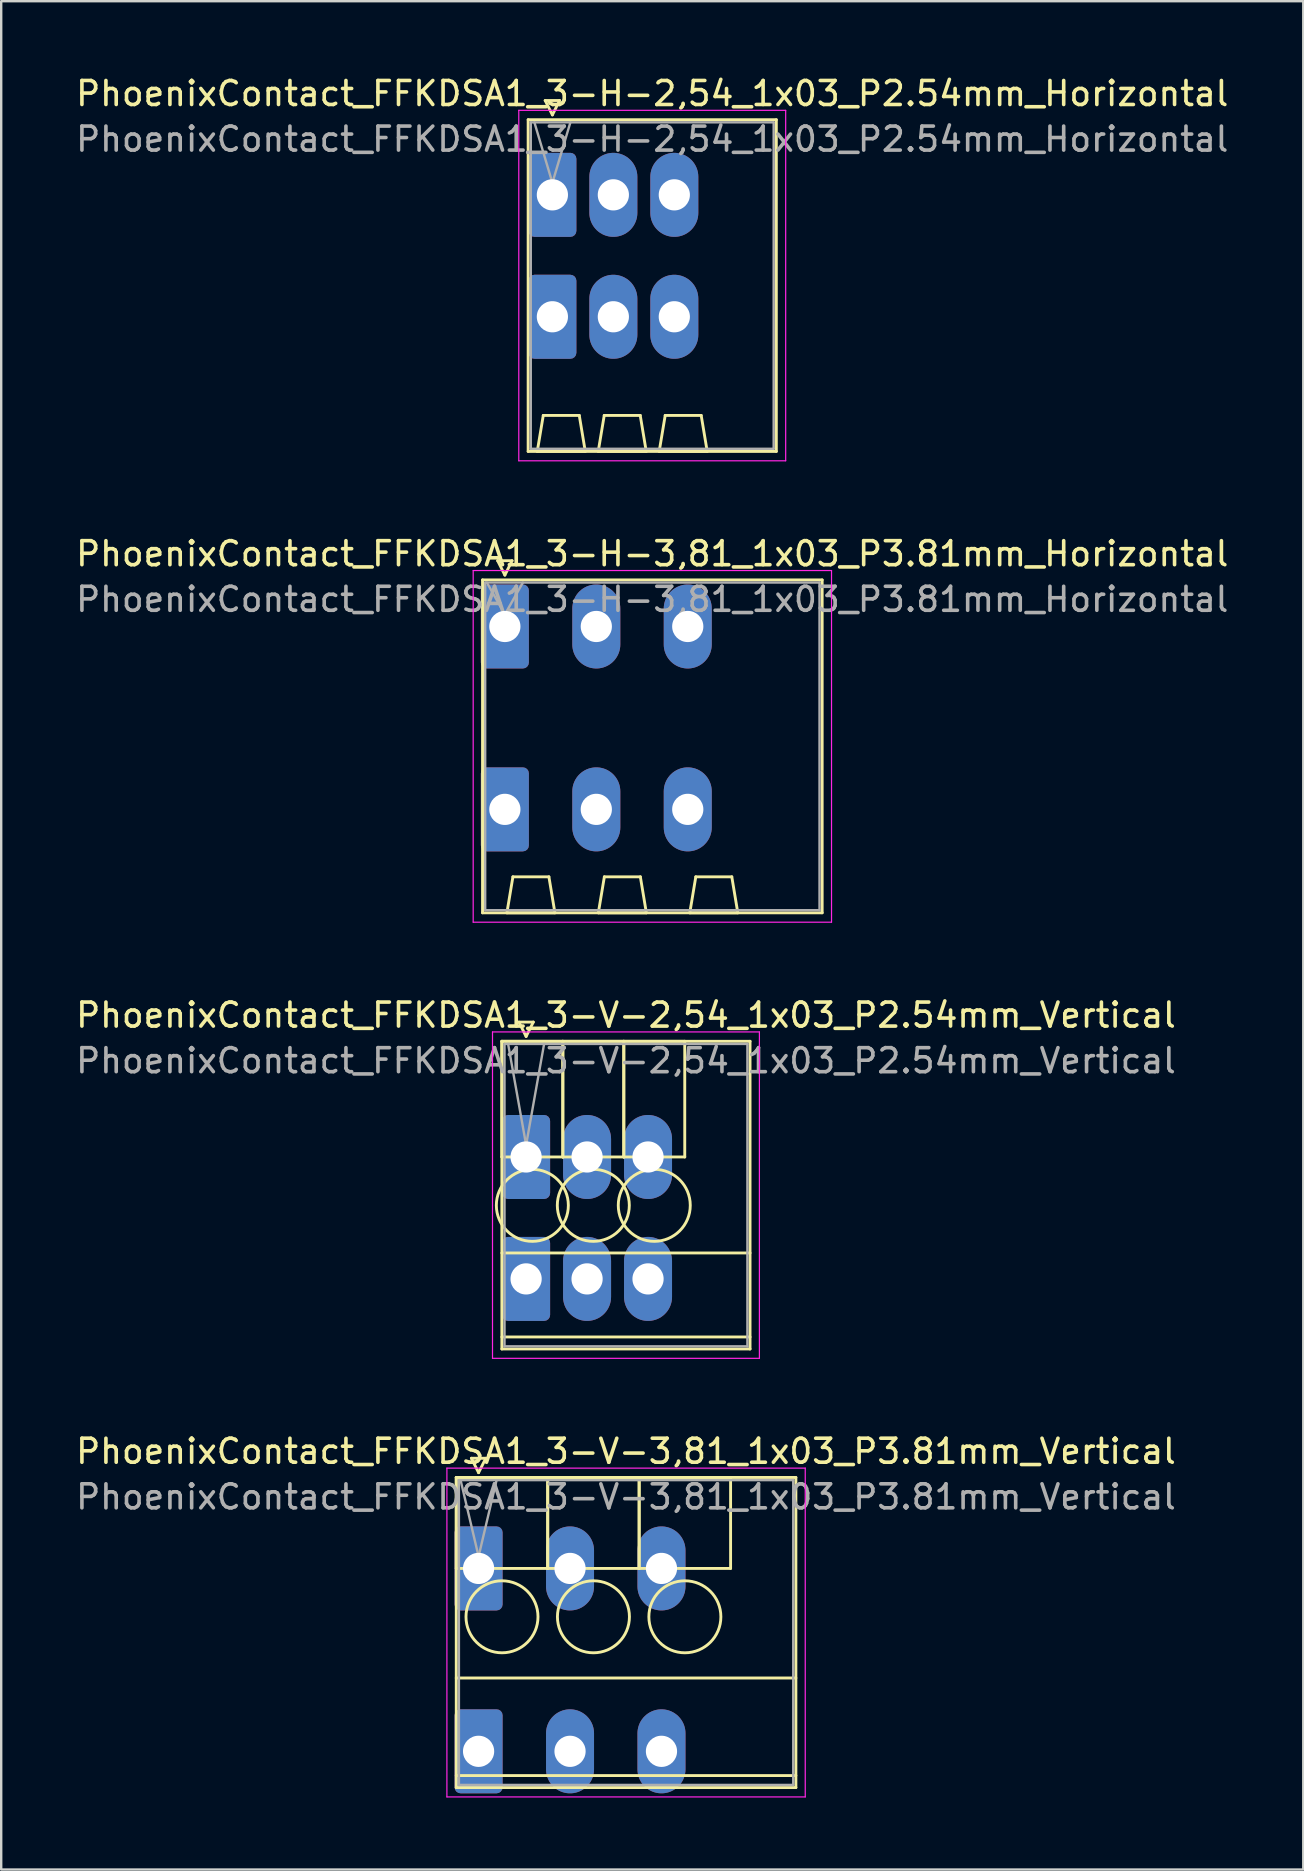
<source format=kicad_pcb>
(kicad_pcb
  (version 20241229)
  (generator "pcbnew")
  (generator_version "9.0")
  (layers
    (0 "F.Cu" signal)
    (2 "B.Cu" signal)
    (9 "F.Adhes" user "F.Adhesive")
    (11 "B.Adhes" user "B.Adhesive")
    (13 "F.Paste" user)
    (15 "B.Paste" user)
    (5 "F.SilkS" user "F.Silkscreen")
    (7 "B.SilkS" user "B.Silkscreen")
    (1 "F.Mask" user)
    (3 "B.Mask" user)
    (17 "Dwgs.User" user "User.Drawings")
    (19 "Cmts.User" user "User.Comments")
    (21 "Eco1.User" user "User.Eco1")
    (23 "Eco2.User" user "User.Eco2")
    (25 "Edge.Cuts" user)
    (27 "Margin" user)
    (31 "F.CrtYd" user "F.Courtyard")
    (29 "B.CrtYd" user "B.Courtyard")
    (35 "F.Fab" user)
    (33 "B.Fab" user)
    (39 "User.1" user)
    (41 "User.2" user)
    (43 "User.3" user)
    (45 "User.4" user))
  (footprint "PhoenixContact_FFKDSA1_3-H-3,81_1x03_P3.81mm_Horizontal"
    (layer "F.Cu")
    (at 17.985 23.052)
    (property "Reference" "PhoenixContact_FFKDSA1_3-H-3,81_1x03_P3.81mm_Horizontal" (at 6.14 -3.03 0) (layer "F.SilkS") (effects (font (size 1 1) (thickness 0.15))))
    (attr through_hole)
    (fp_line (start -0.93 -1.94) (end -0.93 11.93) (stroke (width 0.12) (type solid)) (layer "F.SilkS"))
    (fp_line (start -0.93 11.93) (end 13.22 11.93) (stroke (width 0.12) (type solid)) (layer "F.SilkS"))
    (fp_line (start -0.3 -2.74) (end 0.3 -2.74) (stroke (width 0.12) (type solid)) (layer "F.SilkS"))
    (fp_line (start 0 -2.14) (end -0.3 -2.74) (stroke (width 0.12) (type solid)) (layer "F.SilkS"))
    (fp_line (start 0.085 11.93) (end 2.085 11.93) (stroke (width 0.12) (type solid)) (layer "F.SilkS"))
    (fp_line (start 0.3 -2.74) (end 0 -2.14) (stroke (width 0.12) (type solid)) (layer "F.SilkS"))
    (fp_line (start 0.335 10.43) (end 0.085 11.93) (stroke (width 0.12) (type solid)) (layer "F.SilkS"))
    (fp_line (start 1.835 10.43) (end 0.335 10.43) (stroke (width 0.12) (type solid)) (layer "F.SilkS"))
    (fp_line (start 2.085 11.93) (end 1.835 10.43) (stroke (width 0.12) (type solid)) (layer "F.SilkS"))
    (fp_line (start 3.895 11.93) (end 5.895 11.93) (stroke (width 0.12) (type solid)) (layer "F.SilkS"))
    (fp_line (start 4.145 10.43) (end 3.895 11.93) (stroke (width 0.12) (type solid)) (layer "F.SilkS"))
    (fp_line (start 5.645 10.43) (end 4.145 10.43) (stroke (width 0.12) (type solid)) (layer "F.SilkS"))
    (fp_line (start 5.895 11.93) (end 5.645 10.43) (stroke (width 0.12) (type solid)) (layer "F.SilkS"))
    (fp_line (start 7.705 11.93) (end 9.705 11.93) (stroke (width 0.12) (type solid)) (layer "F.SilkS"))
    (fp_line (start 7.955 10.43) (end 7.705 11.93) (stroke (width 0.12) (type solid)) (layer "F.SilkS"))
    (fp_line (start 9.455 10.43) (end 7.955 10.43) (stroke (width 0.12) (type solid)) (layer "F.SilkS"))
    (fp_line (start 9.705 11.93) (end 9.455 10.43) (stroke (width 0.12) (type solid)) (layer "F.SilkS"))
    (fp_line (start 13.22 -1.94) (end -0.93 -1.94) (stroke (width 0.12) (type solid)) (layer "F.SilkS"))
    (fp_line (start 13.22 11.93) (end 13.22 -1.94) (stroke (width 0.12) (type solid)) (layer "F.SilkS"))
    (fp_line (start -1.32 -2.33) (end -1.32 12.32) (stroke (width 0.05) (type solid)) (layer "F.CrtYd"))
    (fp_line (start -1.32 12.32) (end 13.61 12.32) (stroke (width 0.05) (type solid)) (layer "F.CrtYd"))
    (fp_line (start 13.61 -2.33) (end -1.32 -2.33) (stroke (width 0.05) (type solid)) (layer "F.CrtYd"))
    (fp_line (start 13.61 12.32) (end 13.61 -2.33) (stroke (width 0.05) (type solid)) (layer "F.CrtYd"))
    (fp_line (start -0.82 -1.83) (end -0.82 11.82) (stroke (width 0.1) (type solid)) (layer "F.Fab"))
    (fp_line (start -0.82 11.82) (end 13.11 11.82) (stroke (width 0.1) (type solid)) (layer "F.Fab"))
    (fp_line (start 0 -0.5) (end -0.75 -1.83) (stroke (width 0.1) (type solid)) (layer "F.Fab"))
    (fp_line (start 0.75 -1.83) (end 0 -0.5) (stroke (width 0.1) (type solid)) (layer "F.Fab"))
    (fp_line (start 13.11 -1.83) (end -0.82 -1.83) (stroke (width 0.1) (type solid)) (layer "F.Fab"))
    (fp_line (start 13.11 11.82) (end 13.11 -1.83) (stroke (width 0.1) (type solid)) (layer "F.Fab"))
    (fp_text user "${REFERENCE}" (at 6.14 -1.13 0) (layer "F.Fab") (effects (font (size 1 1) (thickness 0.15))))
    (pad "1" thru_hole roundrect (at 0 0) (size 2 3.5) (drill 1.3) (layers "*.Cu" "*.Mask") (roundrect_rratio 0.125))
    (pad "1" thru_hole roundrect (at 0 7.62) (size 2 3.5) (drill 1.3) (layers "*.Cu" "*.Mask") (roundrect_rratio 0.125))
    (pad "2" thru_hole oval (at 3.81 0) (size 2 3.5) (drill 1.3) (layers "*.Cu" "*.Mask"))
    (pad "2" thru_hole oval (at 3.81 7.62) (size 2 3.5) (drill 1.3) (layers "*.Cu" "*.Mask"))
    (pad "3" thru_hole oval (at 7.62 0) (size 2 3.5) (drill 1.3) (layers "*.Cu" "*.Mask"))
    (pad "3" thru_hole oval (at 7.62 7.62) (size 2 3.5) (drill 1.3) (layers "*.Cu" "*.Mask")))
  (footprint "PhoenixContact_FFKDSA1_3-V-2,54_1x03_P2.54mm_Vertical"
    (layer "F.Cu")
    (at 18.87 45.155)
    (property "Reference" "PhoenixContact_FFKDSA1_3-V-2,54_1x03_P2.54mm_Vertical" (at 4.16 -5.91 0) (layer "F.SilkS") (effects (font (size 1 1) (thickness 0.15))))
    (attr through_hole)
    (fp_line (start -1.01 -4.82) (end -1.01 0) (stroke (width 0.12) (type solid)) (layer "F.SilkS"))
    (fp_line (start -1.01 -4.82) (end -1.01 8) (stroke (width 0.12) (type solid)) (layer "F.SilkS"))
    (fp_line (start -1.01 0) (end 1.53 0) (stroke (width 0.12) (type solid)) (layer "F.SilkS"))
    (fp_line (start -1.01 4) (end 9.33 4) (stroke (width 0.12) (type solid)) (layer "F.SilkS"))
    (fp_line (start -1.01 7.5) (end 9.33 7.5) (stroke (width 0.12) (type solid)) (layer "F.SilkS"))
    (fp_line (start -1.01 8) (end 9.33 8) (stroke (width 0.12) (type solid)) (layer "F.SilkS"))
    (fp_line (start -0.3 -5.62) (end 0.3 -5.62) (stroke (width 0.12) (type solid)) (layer "F.SilkS"))
    (fp_line (start 0 -5.02) (end -0.3 -5.62) (stroke (width 0.12) (type solid)) (layer "F.SilkS"))
    (fp_line (start 0.3 -5.62) (end 0 -5.02) (stroke (width 0.12) (type solid)) (layer "F.SilkS"))
    (fp_line (start 1.53 -4.82) (end -1.01 -4.82) (stroke (width 0.12) (type solid)) (layer "F.SilkS"))
    (fp_line (start 1.53 -4.82) (end 1.53 0) (stroke (width 0.12) (type solid)) (layer "F.SilkS"))
    (fp_line (start 1.53 0) (end 1.53 -4.82) (stroke (width 0.12) (type solid)) (layer "F.SilkS"))
    (fp_line (start 1.53 0) (end 4.07 0) (stroke (width 0.12) (type solid)) (layer "F.SilkS"))
    (fp_line (start 4.07 -4.82) (end 1.53 -4.82) (stroke (width 0.12) (type solid)) (layer "F.SilkS"))
    (fp_line (start 4.07 -4.82) (end 4.07 0) (stroke (width 0.12) (type solid)) (layer "F.SilkS"))
    (fp_line (start 4.07 0) (end 4.07 -4.82) (stroke (width 0.12) (type solid)) (layer "F.SilkS"))
    (fp_line (start 4.07 0) (end 6.61 0) (stroke (width 0.12) (type solid)) (layer "F.SilkS"))
    (fp_line (start 6.61 -4.82) (end 4.07 -4.82) (stroke (width 0.12) (type solid)) (layer "F.SilkS"))
    (fp_line (start 6.61 0) (end 6.61 -4.82) (stroke (width 0.12) (type solid)) (layer "F.SilkS"))
    (fp_line (start 9.33 -4.82) (end -1.01 -4.82) (stroke (width 0.12) (type solid)) (layer "F.SilkS"))
    (fp_line (start 9.33 8) (end 9.33 -4.82) (stroke (width 0.12) (type solid)) (layer "F.SilkS"))
    (fp_circle (center 0.26 2.015) (end 1.76 2.015) (stroke (width 0.12) (type solid)) (fill no) (layer "F.SilkS"))
    (fp_circle (center 2.8 2.015) (end 4.3 2.015) (stroke (width 0.12) (type solid)) (fill no) (layer "F.SilkS"))
    (fp_circle (center 5.34 2.015) (end 6.84 2.015) (stroke (width 0.12) (type solid)) (fill no) (layer "F.SilkS"))
    (fp_line (start -1.4 -5.21) (end -1.4 8.39) (stroke (width 0.05) (type solid)) (layer "F.CrtYd"))
    (fp_line (start -1.4 8.39) (end 9.72 8.39) (stroke (width 0.05) (type solid)) (layer "F.CrtYd"))
    (fp_line (start 9.72 -5.21) (end -1.4 -5.21) (stroke (width 0.05) (type solid)) (layer "F.CrtYd"))
    (fp_line (start 9.72 8.39) (end 9.72 -5.21) (stroke (width 0.05) (type solid)) (layer "F.CrtYd"))
    (fp_line (start -0.9 -4.71) (end -0.9 7.89) (stroke (width 0.1) (type solid)) (layer "F.Fab"))
    (fp_line (start -0.9 7.89) (end 9.22 7.89) (stroke (width 0.1) (type solid)) (layer "F.Fab"))
    (fp_line (start 0 -0.5) (end -0.75 -4.71) (stroke (width 0.1) (type solid)) (layer "F.Fab"))
    (fp_line (start 0.75 -4.71) (end 0 -0.5) (stroke (width 0.1) (type solid)) (layer "F.Fab"))
    (fp_line (start 9.22 -4.71) (end -0.9 -4.71) (stroke (width 0.1) (type solid)) (layer "F.Fab"))
    (fp_line (start 9.22 7.89) (end 9.22 -4.71) (stroke (width 0.1) (type solid)) (layer "F.Fab"))
    (fp_text user "${REFERENCE}" (at 4.16 -4.01 0) (layer "F.Fab") (effects (font (size 1 1) (thickness 0.15))))
    (pad "1" thru_hole roundrect (at 0 0) (size 2 3.5) (drill 1.3) (layers "*.Cu" "*.Mask") (roundrect_rratio 0.125))
    (pad "1" thru_hole roundrect (at 0 5.08) (size 2 3.5) (drill 1.3) (layers "*.Cu" "*.Mask") (roundrect_rratio 0.125))
    (pad "2" thru_hole oval (at 2.54 0) (size 2 3.5) (drill 1.3) (layers "*.Cu" "*.Mask"))
    (pad "2" thru_hole oval (at 2.54 5.08) (size 2 3.5) (drill 1.3) (layers "*.Cu" "*.Mask"))
    (pad "3" thru_hole oval (at 5.08 0) (size 2 3.5) (drill 1.3) (layers "*.Cu" "*.Mask"))
    (pad "3" thru_hole oval (at 5.08 5.08) (size 2 3.5) (drill 1.3) (layers "*.Cu" "*.Mask")))
  (footprint "PhoenixContact_FFKDSA1_3-V-3,81_1x03_P3.81mm_Vertical"
    (layer "F.Cu")
    (at 16.89 62.298)
    (property "Reference" "PhoenixContact_FFKDSA1_3-V-3,81_1x03_P3.81mm_Vertical" (at 6.14 -4.88 0) (layer "F.SilkS") (effects (font (size 1 1) (thickness 0.15))))
    (attr through_hole)
    (fp_line (start -0.93 -3.79) (end -0.93 0) (stroke (width 0.12) (type solid)) (layer "F.SilkS"))
    (fp_line (start -0.93 -3.79) (end -0.93 9.13) (stroke (width 0.12) (type solid)) (layer "F.SilkS"))
    (fp_line (start -0.93 0) (end 2.88 0) (stroke (width 0.12) (type solid)) (layer "F.SilkS"))
    (fp_line (start -0.93 4.565) (end 13.22 4.565) (stroke (width 0.12) (type solid)) (layer "F.SilkS"))
    (fp_line (start -0.93 8.63) (end 13.22 8.63) (stroke (width 0.12) (type solid)) (layer "F.SilkS"))
    (fp_line (start -0.93 9.13) (end 13.22 9.13) (stroke (width 0.12) (type solid)) (layer "F.SilkS"))
    (fp_line (start -0.3 -4.59) (end 0.3 -4.59) (stroke (width 0.12) (type solid)) (layer "F.SilkS"))
    (fp_line (start 0 -3.99) (end -0.3 -4.59) (stroke (width 0.12) (type solid)) (layer "F.SilkS"))
    (fp_line (start 0.3 -4.59) (end 0 -3.99) (stroke (width 0.12) (type solid)) (layer "F.SilkS"))
    (fp_line (start 2.88 -3.79) (end -0.93 -3.79) (stroke (width 0.12) (type solid)) (layer "F.SilkS"))
    (fp_line (start 2.88 -3.79) (end 2.88 0) (stroke (width 0.12) (type solid)) (layer "F.SilkS"))
    (fp_line (start 2.88 0) (end 2.88 -3.79) (stroke (width 0.12) (type solid)) (layer "F.SilkS"))
    (fp_line (start 2.88 0) (end 6.69 0) (stroke (width 0.12) (type solid)) (layer "F.SilkS"))
    (fp_line (start 6.69 -3.79) (end 2.88 -3.79) (stroke (width 0.12) (type solid)) (layer "F.SilkS"))
    (fp_line (start 6.69 -3.79) (end 6.69 0) (stroke (width 0.12) (type solid)) (layer "F.SilkS"))
    (fp_line (start 6.69 0) (end 6.69 -3.79) (stroke (width 0.12) (type solid)) (layer "F.SilkS"))
    (fp_line (start 6.69 0) (end 10.5 0) (stroke (width 0.12) (type solid)) (layer "F.SilkS"))
    (fp_line (start 10.5 -3.79) (end 6.69 -3.79) (stroke (width 0.12) (type solid)) (layer "F.SilkS"))
    (fp_line (start 10.5 0) (end 10.5 -3.79) (stroke (width 0.12) (type solid)) (layer "F.SilkS"))
    (fp_line (start 13.22 -3.79) (end -0.93 -3.79) (stroke (width 0.12) (type solid)) (layer "F.SilkS"))
    (fp_line (start 13.22 9.13) (end 13.22 -3.79) (stroke (width 0.12) (type solid)) (layer "F.SilkS"))
    (fp_circle (center 0.975 2.015) (end 2.475 2.015) (stroke (width 0.12) (type solid)) (fill no) (layer "F.SilkS"))
    (fp_circle (center 4.785 2.015) (end 6.285 2.015) (stroke (width 0.12) (type solid)) (fill no) (layer "F.SilkS"))
    (fp_circle (center 8.595 2.015) (end 10.095 2.015) (stroke (width 0.12) (type solid)) (fill no) (layer "F.SilkS"))
    (fp_line (start -1.32 -4.18) (end -1.32 9.52) (stroke (width 0.05) (type solid)) (layer "F.CrtYd"))
    (fp_line (start -1.32 9.52) (end 13.61 9.52) (stroke (width 0.05) (type solid)) (layer "F.CrtYd"))
    (fp_line (start 13.61 -4.18) (end -1.32 -4.18) (stroke (width 0.05) (type solid)) (layer "F.CrtYd"))
    (fp_line (start 13.61 9.52) (end 13.61 -4.18) (stroke (width 0.05) (type solid)) (layer "F.CrtYd"))
    (fp_line (start -0.82 -3.68) (end -0.82 9.02) (stroke (width 0.1) (type solid)) (layer "F.Fab"))
    (fp_line (start -0.82 9.02) (end 13.11 9.02) (stroke (width 0.1) (type solid)) (layer "F.Fab"))
    (fp_line (start 0 -0.5) (end -0.75 -3.68) (stroke (width 0.1) (type solid)) (layer "F.Fab"))
    (fp_line (start 0.75 -3.68) (end 0 -0.5) (stroke (width 0.1) (type solid)) (layer "F.Fab"))
    (fp_line (start 13.11 -3.68) (end -0.82 -3.68) (stroke (width 0.1) (type solid)) (layer "F.Fab"))
    (fp_line (start 13.11 9.02) (end 13.11 -3.68) (stroke (width 0.1) (type solid)) (layer "F.Fab"))
    (fp_text user "${REFERENCE}" (at 6.14 -2.98 0) (layer "F.Fab") (effects (font (size 1 1) (thickness 0.15))))
    (pad "1" thru_hole roundrect (at 0 0) (size 2 3.5) (drill 1.3) (layers "*.Cu" "*.Mask") (roundrect_rratio 0.125))
    (pad "1" thru_hole roundrect (at 0 7.62) (size 2 3.5) (drill 1.3) (layers "*.Cu" "*.Mask") (roundrect_rratio 0.125))
    (pad "2" thru_hole oval (at 3.81 0) (size 2 3.5) (drill 1.3) (layers "*.Cu" "*.Mask"))
    (pad "2" thru_hole oval (at 3.81 7.62) (size 2 3.5) (drill 1.3) (layers "*.Cu" "*.Mask"))
    (pad "3" thru_hole oval (at 7.62 0) (size 2 3.5) (drill 1.3) (layers "*.Cu" "*.Mask"))
    (pad "3" thru_hole oval (at 7.62 7.62) (size 2 3.5) (drill 1.3) (layers "*.Cu" "*.Mask")))
  (footprint "PhoenixContact_FFKDSA1_3-H-2,54_1x03_P2.54mm_Horizontal"
    (layer "F.Cu")
    (at 19.965 5.068)
    (property "Reference" "PhoenixContact_FFKDSA1_3-H-2,54_1x03_P2.54mm_Horizontal" (at 4.16 -4.22 0) (layer "F.SilkS") (effects (font (size 1 1) (thickness 0.15))))
    (attr through_hole)
    (fp_line (start -1.01 -3.13) (end -1.01 10.69) (stroke (width 0.12) (type solid)) (layer "F.SilkS"))
    (fp_line (start -1.01 10.69) (end 9.33 10.69) (stroke (width 0.12) (type solid)) (layer "F.SilkS"))
    (fp_line (start -0.63 10.69) (end 1.37 10.69) (stroke (width 0.12) (type solid)) (layer "F.SilkS"))
    (fp_line (start -0.38 9.19) (end -0.63 10.69) (stroke (width 0.12) (type solid)) (layer "F.SilkS"))
    (fp_line (start -0.3 -3.93) (end 0.3 -3.93) (stroke (width 0.12) (type solid)) (layer "F.SilkS"))
    (fp_line (start 0 -3.33) (end -0.3 -3.93) (stroke (width 0.12) (type solid)) (layer "F.SilkS"))
    (fp_line (start 0.3 -3.93) (end 0 -3.33) (stroke (width 0.12) (type solid)) (layer "F.SilkS"))
    (fp_line (start 1.12 9.19) (end -0.38 9.19) (stroke (width 0.12) (type solid)) (layer "F.SilkS"))
    (fp_line (start 1.37 10.69) (end 1.12 9.19) (stroke (width 0.12) (type solid)) (layer "F.SilkS"))
    (fp_line (start 1.91 10.69) (end 3.91 10.69) (stroke (width 0.12) (type solid)) (layer "F.SilkS"))
    (fp_line (start 2.16 9.19) (end 1.91 10.69) (stroke (width 0.12) (type solid)) (layer "F.SilkS"))
    (fp_line (start 3.66 9.19) (end 2.16 9.19) (stroke (width 0.12) (type solid)) (layer "F.SilkS"))
    (fp_line (start 3.91 10.69) (end 3.66 9.19) (stroke (width 0.12) (type solid)) (layer "F.SilkS"))
    (fp_line (start 4.45 10.69) (end 6.45 10.69) (stroke (width 0.12) (type solid)) (layer "F.SilkS"))
    (fp_line (start 4.7 9.19) (end 4.45 10.69) (stroke (width 0.12) (type solid)) (layer "F.SilkS"))
    (fp_line (start 6.2 9.19) (end 4.7 9.19) (stroke (width 0.12) (type solid)) (layer "F.SilkS"))
    (fp_line (start 6.45 10.69) (end 6.2 9.19) (stroke (width 0.12) (type solid)) (layer "F.SilkS"))
    (fp_line (start 9.33 -3.13) (end -1.01 -3.13) (stroke (width 0.12) (type solid)) (layer "F.SilkS"))
    (fp_line (start 9.33 10.69) (end 9.33 -3.13) (stroke (width 0.12) (type solid)) (layer "F.SilkS"))
    (fp_line (start -1.4 -3.52) (end -1.4 11.08) (stroke (width 0.05) (type solid)) (layer "F.CrtYd"))
    (fp_line (start -1.4 11.08) (end 9.72 11.08) (stroke (width 0.05) (type solid)) (layer "F.CrtYd"))
    (fp_line (start 9.72 -3.52) (end -1.4 -3.52) (stroke (width 0.05) (type solid)) (layer "F.CrtYd"))
    (fp_line (start 9.72 11.08) (end 9.72 -3.52) (stroke (width 0.05) (type solid)) (layer "F.CrtYd"))
    (fp_line (start -0.9 -3.02) (end -0.9 10.58) (stroke (width 0.1) (type solid)) (layer "F.Fab"))
    (fp_line (start -0.9 10.58) (end 9.22 10.58) (stroke (width 0.1) (type solid)) (layer "F.Fab"))
    (fp_line (start 0 -0.5) (end -0.75 -3.02) (stroke (width 0.1) (type solid)) (layer "F.Fab"))
    (fp_line (start 0.75 -3.02) (end 0 -0.5) (stroke (width 0.1) (type solid)) (layer "F.Fab"))
    (fp_line (start 9.22 -3.02) (end -0.9 -3.02) (stroke (width 0.1) (type solid)) (layer "F.Fab"))
    (fp_line (start 9.22 10.58) (end 9.22 -3.02) (stroke (width 0.1) (type solid)) (layer "F.Fab"))
    (fp_text user "${REFERENCE}" (at 4.16 -2.32 0) (layer "F.Fab") (effects (font (size 1 1) (thickness 0.15))))
    (pad "1" thru_hole roundrect (at 0 0) (size 2 3.5) (drill 1.3) (layers "*.Cu" "*.Mask") (roundrect_rratio 0.125))
    (pad "1" thru_hole roundrect (at 0 5.08) (size 2 3.5) (drill 1.3) (layers "*.Cu" "*.Mask") (roundrect_rratio 0.125))
    (pad "2" thru_hole oval (at 2.54 0) (size 2 3.5) (drill 1.3) (layers "*.Cu" "*.Mask"))
    (pad "2" thru_hole oval (at 2.54 5.08) (size 2 3.5) (drill 1.3) (layers "*.Cu" "*.Mask"))
    (pad "3" thru_hole oval (at 5.08 0) (size 2 3.5) (drill 1.3) (layers "*.Cu" "*.Mask"))
    (pad "3" thru_hole oval (at 5.08 5.08) (size 2 3.5) (drill 1.3) (layers "*.Cu" "*.Mask")))
  (gr_rect
    (start -3 -3)
    (end 51.25 74.843)
    (stroke (width 0.1) (type default))
    (fill no)
    (layer "Edge.Cuts")))
</source>
